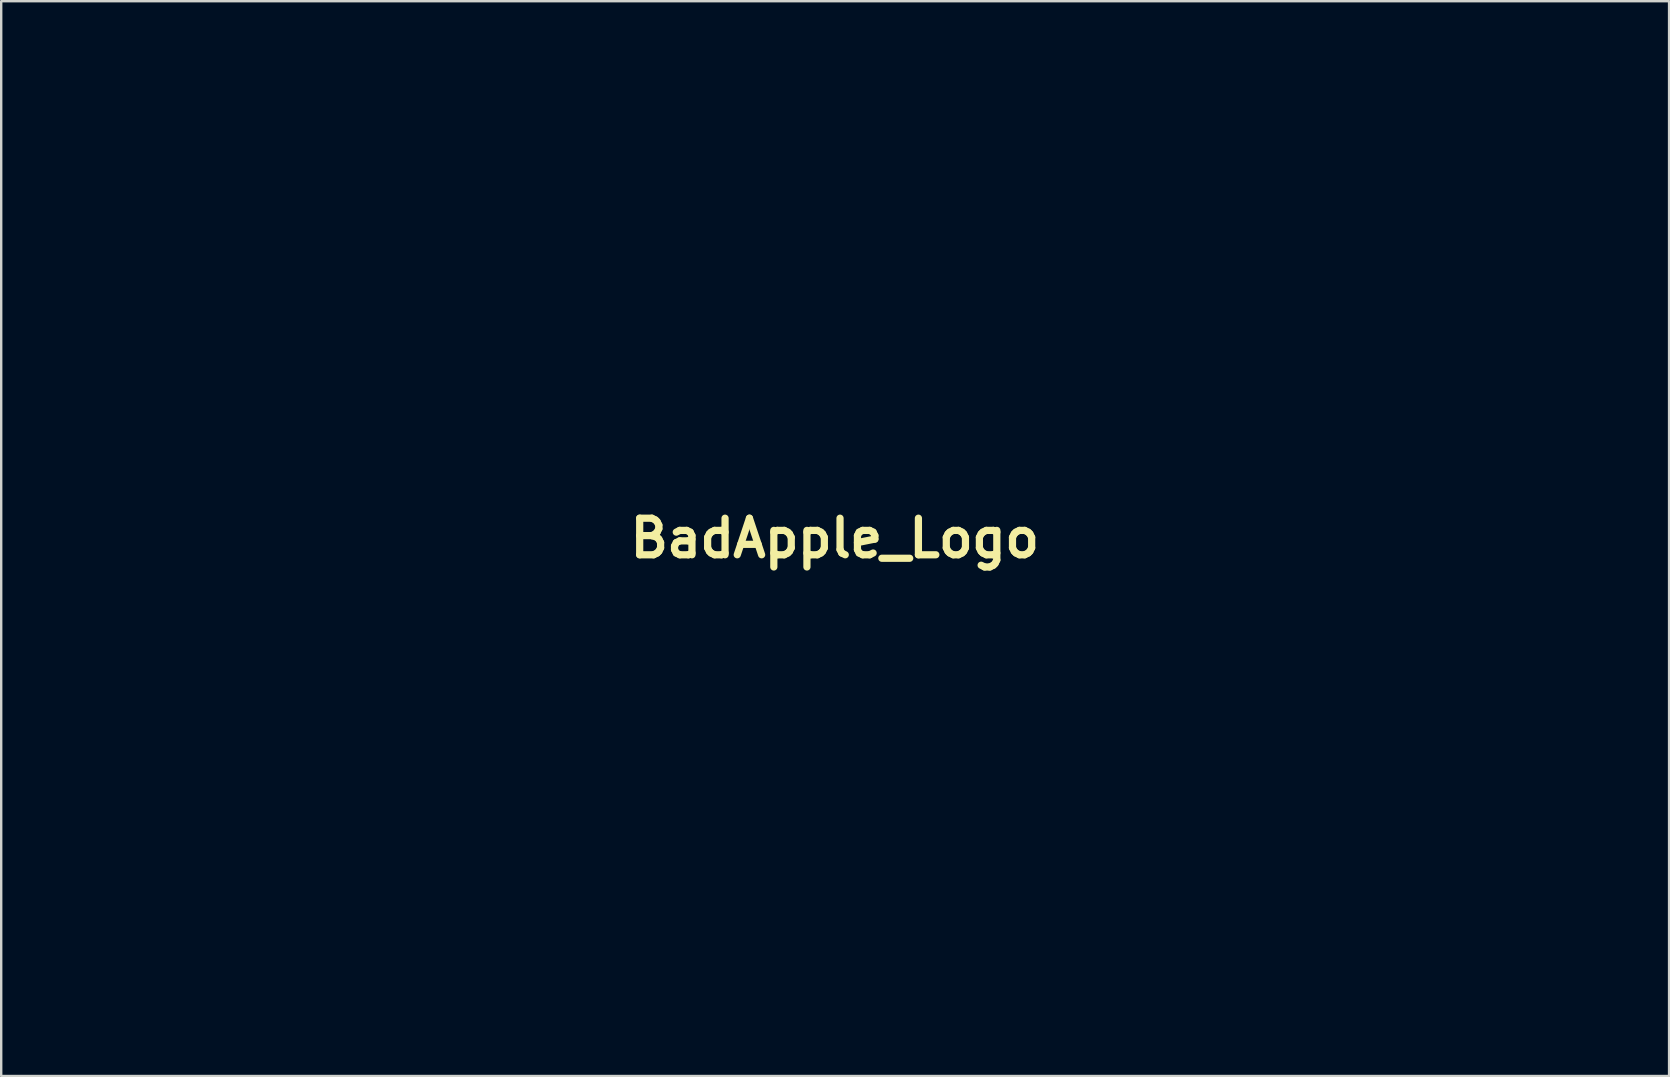
<source format=kicad_pcb>
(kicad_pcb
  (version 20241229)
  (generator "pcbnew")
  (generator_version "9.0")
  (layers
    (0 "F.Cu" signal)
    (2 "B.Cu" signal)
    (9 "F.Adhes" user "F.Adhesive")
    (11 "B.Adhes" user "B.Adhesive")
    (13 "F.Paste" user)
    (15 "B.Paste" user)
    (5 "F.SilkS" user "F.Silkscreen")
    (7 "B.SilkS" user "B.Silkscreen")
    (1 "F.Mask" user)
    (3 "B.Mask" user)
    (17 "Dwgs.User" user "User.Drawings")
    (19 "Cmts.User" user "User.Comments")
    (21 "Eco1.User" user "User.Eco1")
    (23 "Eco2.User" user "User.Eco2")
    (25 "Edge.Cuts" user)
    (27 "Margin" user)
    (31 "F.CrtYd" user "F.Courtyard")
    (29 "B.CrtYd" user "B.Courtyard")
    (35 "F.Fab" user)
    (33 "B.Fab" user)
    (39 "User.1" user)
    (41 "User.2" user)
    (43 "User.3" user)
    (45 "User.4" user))
  (footprint "BadApple_Logo"
    (layer "F.Cu")
    (at 31.727 19.372)
    (property "Reference" "BadApple_Logo" (at 0 0 0) (layer "F.SilkS") (effects (font (size 1.524 1.524) (thickness 0.3))))
    (attr through_hole)
    (fp_poly (pts (xy 31.115 5.08) (xy 26.352 5.08) (xy 26.352 3.175) (xy 31.115 3.175) (xy 31.115 5.08)) (stroke (width 0.01) (type solid)) (fill yes) (layer "F.Mask"))
    (fp_poly (pts (xy 16.42 9.926) (xy 16.473 10.865) (xy 16.416 11.514) (xy 16.342 11.642) (xy 16.294 11.226) (xy 16.283 10.636) (xy 16.307 9.916) (xy 16.364 9.705) (xy 16.42 9.926)) (stroke (width 0.01) (type solid)) (fill yes) (layer "F.Mask"))
    (fp_poly (pts (xy 13.729 10.11) (xy 13.895 10.408) (xy 13.557 10.477) (xy 13.128 10.701) (xy 13.031 11.191) (xy 13.263 11.672) (xy 13.573 11.846) (xy 13.891 11.962) (xy 13.605 12.02) (xy 13.467 12.028) (xy 12.833 11.967) (xy 12.594 11.853) (xy 12.385 11.258) (xy 12.565 10.536) (xy 12.872 10.149) (xy 13.381 9.91) (xy 13.729 10.11)) (stroke (width 0.01) (type solid)) (fill yes) (layer "F.Mask"))
    (fp_poly (pts (xy 17.939 6.826) (xy 20.896 6.918) (xy 23.852 7.009) (xy 23.753 7.87) (xy 23.654 8.731) (xy 20.32 8.791) (xy 18.899 8.8) (xy 17.697 8.78) (xy 16.869 8.732) (xy 16.589 8.685) (xy 16.42 8.421) (xy 16.302 7.748) (xy 16.229 6.602) (xy 16.196 4.917) (xy 16.192 3.942) (xy 16.192 -0.635) (xy 17.76 -0.635) (xy 17.939 6.826)) (stroke (width 0.01) (type solid)) (fill yes) (layer "F.Mask"))
    (fp_poly (pts (xy 18.318 10.429) (xy 18.367 11.211) (xy 18.329 11.857) (xy 18.28 11.896) (xy 18.188 11.352) (xy 18.188 11.351) (xy 17.968 10.665) (xy 17.689 10.511) (xy 17.49 10.905) (xy 17.462 11.271) (xy 17.354 11.868) (xy 17.145 12.065) (xy 16.919 11.79) (xy 16.828 11.146) (xy 16.996 10.37) (xy 17.332 10.034) (xy 17.986 9.971) (xy 18.318 10.429)) (stroke (width 0.01) (type solid)) (fill yes) (layer "F.Mask"))
    (fp_poly (pts (xy 14.605 9.684) (xy 14.823 10.072) (xy 14.9 10.042) (xy 15.113 9.98) (xy 15.399 10.16) (xy 15.725 10.663) (xy 15.866 11.319) (xy 15.801 11.87) (xy 15.557 12.065) (xy 15.319 11.793) (xy 15.24 11.271) (xy 15.123 10.622) (xy 14.863 10.528) (xy 14.599 10.972) (xy 14.515 11.351) (xy 14.439 11.569) (xy 14.38 11.223) (xy 14.357 10.636) (xy 14.371 9.757) (xy 14.457 9.469) (xy 14.605 9.684)) (stroke (width 0.01) (type solid)) (fill yes) (layer "F.Mask"))
    (fp_poly (pts (xy 31.75 1.27) (xy 26.01 1.27) (xy 26.102 4.048) (xy 26.194 6.826) (xy 31.75 7.01) (xy 31.75 8.89) (xy 29.131 8.87) (xy 27.816 8.827) (xy 26.677 8.732) (xy 25.919 8.604) (xy 25.818 8.57) (xy 25.258 8.248) (xy 24.871 7.743) (xy 24.632 6.951) (xy 24.517 5.773) (xy 24.501 4.106) (xy 24.517 3.256) (xy 24.606 -0.476) (xy 28.178 -0.566) (xy 31.75 -0.656) (xy 31.75 1.27)) (stroke (width 0.01) (type solid)) (fill yes) (layer "F.Mask"))
    (fp_poly (pts (xy 29.051 9.713) (xy 29.713 10.454) (xy 29.845 11.149) (xy 29.751 11.813) (xy 29.359 12.048) (xy 29.051 12.065) (xy 28.562 12.006) (xy 28.33 11.717) (xy 28.269 11.113) (xy 28.892 11.113) (xy 28.957 11.617) (xy 29.196 11.566) (xy 29.273 11.493) (xy 29.491 11.061) (xy 29.273 10.732) (xy 28.989 10.575) (xy 28.895 10.96) (xy 28.892 11.113) (xy 28.269 11.113) (xy 28.261 11.026) (xy 28.258 10.629) (xy 28.258 9.193) (xy 29.051 9.713)) (stroke (width 0.01) (type solid)) (fill yes) (layer "F.Mask"))
    (fp_poly (pts (xy 20.079 10.159) (xy 20.185 10.298) (xy 20.468 10.963) (xy 20.191 11.363) (xy 19.746 11.452) (xy 19.426 11.505) (xy 19.688 11.661) (xy 19.823 11.715) (xy 20.188 11.975) (xy 20.133 12.143) (xy 19.636 12.161) (xy 19.281 12.023) (xy 18.806 11.457) (xy 18.822 10.723) (xy 18.921 10.583) (xy 19.473 10.583) (xy 19.517 10.772) (xy 19.685 10.795) (xy 19.946 10.679) (xy 19.897 10.583) (xy 19.52 10.545) (xy 19.473 10.583) (xy 18.921 10.583) (xy 19.243 10.131) (xy 19.697 9.888) (xy 20.079 10.159)) (stroke (width 0.01) (type solid)) (fill yes) (layer "F.Mask"))
    (fp_poly (pts (xy 22.751 9.346) (xy 22.951 9.489) (xy 23.094 9.776) (xy 22.762 9.842) (xy 22.404 9.921) (xy 22.493 10.27) (xy 22.618 10.481) (xy 22.953 10.85) (xy 23.124 10.798) (xy 23.373 10.468) (xy 23.613 10.647) (xy 23.701 11.226) (xy 23.7 11.249) (xy 23.413 11.879) (xy 22.813 12.199) (xy 22.16 12.114) (xy 21.908 11.907) (xy 21.77 11.411) (xy 22.225 11.411) (xy 22.455 11.735) (xy 22.543 11.748) (xy 22.852 11.639) (xy 22.86 11.607) (xy 22.638 11.336) (xy 22.543 11.271) (xy 22.25 11.296) (xy 22.225 11.411) (xy 21.77 11.411) (xy 21.749 11.336) (xy 21.799 10.504) (xy 22.013 9.721) (xy 22.294 9.324) (xy 22.751 9.346)) (stroke (width 0.01) (type solid)) (fill yes) (layer "F.Mask"))
    (fp_poly (pts (xy 12.39 -0.565) (xy 13.487 -0.348) (xy 13.875 -0.158) (xy 14.614 0.712) (xy 15.032 1.929) (xy 15.119 3.286) (xy 14.864 4.576) (xy 14.254 5.591) (xy 14.186 5.658) (xy 13.617 6.037) (xy 12.804 6.26) (xy 11.57 6.371) (xy 11.271 6.383) (xy 9.049 6.462) (xy 9.049 5.533) (xy 9.077 5.032) (xy 9.259 4.74) (xy 9.736 4.582) (xy 10.653 4.481) (xy 11.113 4.445) (xy 13.176 4.286) (xy 13.176 1.429) (xy 8.572 1.242) (xy 8.572 8.89) (xy 6.985 8.89) (xy 6.985 4.763) (xy 7.002 2.797) (xy 7.094 1.378) (xy 7.323 0.415) (xy 7.75 -0.178) (xy 8.436 -0.492) (xy 9.444 -0.615) (xy 10.724 -0.635) (xy 12.39 -0.565)) (stroke (width 0.01) (type solid)) (fill yes) (layer "F.Mask"))
    (fp_poly (pts (xy 15.478 -10.158) (xy 17.772 -10.037) (xy 19.527 -9.657) (xy 20.792 -8.993) (xy 21.619 -8.016) (xy 22.061 -6.699) (xy 22.069 -6.65) (xy 22.032 -5.144) (xy 21.46 -3.782) (xy 20.439 -2.73) (xy 19.979 -2.461) (xy 19.016 -2.144) (xy 17.606 -1.878) (xy 15.936 -1.7) (xy 15.931 -1.699) (xy 13.018 -1.492) (xy 13.018 -8.89) (xy 14.605 -8.89) (xy 14.605 -2.771) (xy 16.738 -2.942) (xy 17.964 -3.078) (xy 18.754 -3.292) (xy 19.307 -3.654) (xy 19.595 -3.955) (xy 20.159 -5.037) (xy 20.33 -6.348) (xy 20.123 -7.447) (xy 19.552 -8.111) (xy 18.492 -8.6) (xy 17.078 -8.861) (xy 16.367 -8.89) (xy 14.605 -8.89) (xy 13.018 -8.89) (xy 13.018 -10.16) (xy 15.478 -10.158)) (stroke (width 0.01) (type solid)) (fill yes) (layer "F.Mask"))
    (fp_poly (pts (xy 26.233 9.34) (xy 26.352 9.525) (xy 26.095 9.807) (xy 25.876 9.842) (xy 25.454 10.014) (xy 25.4 10.16) (xy 25.629 10.442) (xy 26.13 10.411) (xy 26.553 10.15) (xy 27.104 9.927) (xy 27.614 10.203) (xy 27.915 10.857) (xy 27.94 11.146) (xy 27.847 11.811) (xy 27.457 12.047) (xy 27.146 12.065) (xy 26.524 11.916) (xy 26.352 11.43) (xy 26.988 11.43) (xy 27.104 11.691) (xy 27.199 11.642) (xy 27.237 11.265) (xy 27.199 11.218) (xy 27.01 11.262) (xy 26.988 11.43) (xy 26.352 11.43) (xy 26.173 10.908) (xy 25.785 10.834) (xy 25.414 11.19) (xy 25.307 11.509) (xy 25.222 11.649) (xy 25.153 11.243) (xy 25.126 10.719) (xy 26.49 10.719) (xy 26.802 10.77) (xy 27.214 10.712) (xy 27.219 10.603) (xy 26.794 10.527) (xy 26.61 10.578) (xy 26.49 10.719) (xy 25.126 10.719) (xy 25.126 10.716) (xy 25.134 9.796) (xy 25.27 9.348) (xy 25.597 9.211) (xy 25.718 9.207) (xy 26.233 9.34)) (stroke (width 0.01) (type solid)) (fill yes) (layer "F.Mask"))
    (fp_poly (pts (xy 7.096 -10.12) (xy 7.428 -9.943) (xy 7.785 -9.543) (xy 8.23 -8.833) (xy 8.824 -7.728) (xy 9.629 -6.142) (xy 9.681 -6.037) (xy 10.414 -4.565) (xy 11.032 -3.302) (xy 11.485 -2.353) (xy 11.724 -1.823) (xy 11.748 -1.751) (xy 11.475 -1.628) (xy 10.949 -1.587) (xy 10.293 -1.766) (xy 9.776 -2.394) (xy 9.62 -2.699) (xy 9.09 -3.81) (xy 4.563 -3.81) (xy 4.033 -2.699) (xy 3.526 -1.905) (xy 2.93 -1.603) (xy 2.704 -1.587) (xy 2.102 -1.669) (xy 1.9 -1.826) (xy 2.03 -2.182) (xy 2.392 -2.999) (xy 2.934 -4.167) (xy 3.37 -5.08) (xy 5.064 -5.08) (xy 6.659 -5.08) (xy 7.74 -5.153) (xy 8.215 -5.375) (xy 8.241 -5.477) (xy 8.093 -5.972) (xy 7.731 -6.792) (xy 7.474 -7.303) (xy 6.722 -8.731) (xy 6.384 -7.856) (xy 5.981 -6.915) (xy 5.555 -6.03) (xy 5.064 -5.08) (xy 3.37 -5.08) (xy 3.608 -5.577) (xy 3.867 -6.112) (xy 4.656 -7.713) (xy 5.238 -8.828) (xy 5.674 -9.542) (xy 6.026 -9.944) (xy 6.357 -10.12) (xy 6.727 -10.16) (xy 6.728 -10.16) (xy 7.096 -10.12)) (stroke (width 0.01) (type solid)) (fill yes) (layer "F.Mask"))
    (fp_poly (pts (xy 8.597 9.464) (xy 8.876 9.901) (xy 9.175 10.636) (xy 9.39 9.909) (xy 9.711 9.369) (xy 10.094 9.4) (xy 10.415 9.967) (xy 10.477 10.222) (xy 10.687 10.784) (xy 11.094 10.835) (xy 11.271 10.773) (xy 11.717 10.578) (xy 11.576 10.513) (xy 11.287 10.5) (xy 10.882 10.396) (xy 11.021 10.124) (xy 11.513 9.913) (xy 11.895 10.241) (xy 12.064 11.012) (xy 12.065 11.097) (xy 11.907 11.775) (xy 11.54 12.203) (xy 11.127 12.238) (xy 10.954 12.065) (xy 10.548 11.904) (xy 10.309 11.954) (xy 9.917 11.89) (xy 9.838 11.543) (xy 9.822 11.43) (xy 11.113 11.43) (xy 11.221 11.739) (xy 11.253 11.748) (xy 11.524 11.525) (xy 11.589 11.43) (xy 11.564 11.137) (xy 11.449 11.113) (xy 11.125 11.343) (xy 11.113 11.43) (xy 9.822 11.43) (xy 9.785 11.154) (xy 9.568 11.359) (xy 9.52 11.43) (xy 9.221 11.747) (xy 8.937 11.494) (xy 8.895 11.43) (xy 8.645 11.138) (xy 8.578 11.435) (xy 8.577 11.509) (xy 8.423 11.981) (xy 8.255 12.065) (xy 8.051 11.793) (xy 7.954 11.14) (xy 7.963 10.351) (xy 8.079 9.672) (xy 8.258 9.365) (xy 8.597 9.464)) (stroke (width 0.01) (type solid)) (fill yes) (layer "F.Mask"))
    (fp_poly (pts (xy -7 -19.102) (xy -5.958 -18.387) (xy -5.312 -17.348) (xy -5.148 -16.109) (xy -5.402 -15.105) (xy -5.652 -14.25) (xy -5.86 -13.063) (xy -5.954 -12.144) (xy -6.087 -10.16) (xy -3.821 -10.16) (xy -2.015 -10.025) (xy -0.664 -9.642) (xy 0.192 -9.042) (xy 0.513 -8.259) (xy 0.261 -7.323) (xy 0.04 -6.979) (xy -0.337 -6.401) (xy -0.297 -6.044) (xy 0.194 -5.623) (xy 0.204 -5.615) (xy 0.755 -4.958) (xy 0.953 -4.307) (xy 0.661 -3.25) (xy -0.184 -2.434) (xy -1.543 -1.882) (xy -3.373 -1.616) (xy -4.075 -1.595) (xy -5.451 -1.587) (xy -4.151 -0.11) (xy -3.395 0.856) (xy -2.803 1.806) (xy -2.565 2.351) (xy -2.28 3.334) (xy -2.251 2.186) (xy -2.034 1.11) (xy -1.564 0.202) (xy -1.172 -0.23) (xy -0.723 -0.481) (xy -0.042 -0.599) (xy 1.045 -0.634) (xy 1.473 -0.635) (xy 2.719 -0.593) (xy 3.777 -0.481) (xy 4.431 -0.324) (xy 4.463 -0.308) (xy 5.284 0.462) (xy 5.791 1.605) (xy 5.963 2.932) (xy 5.781 4.254) (xy 5.227 5.382) (xy 5.061 5.576) (xy 4.606 5.983) (xy 4.074 6.217) (xy 3.282 6.324) (xy 2.045 6.35) (xy 1.987 6.35) (xy -0.36 6.35) (xy -0.259 5.477) (xy -0.164 5.001) (xy 0.085 4.723) (xy 0.639 4.567) (xy 1.65 4.463) (xy 1.875 4.445) (xy 3.199 4.255) (xy 3.972 3.891) (xy 4.269 3.278) (xy 4.166 2.342) (xy 4.136 2.225) (xy 3.981 1.806) (xy 3.696 1.567) (xy 3.126 1.459) (xy 2.12 1.43) (xy 1.723 1.429) (xy -0.476 1.429) (xy -0.624 6.826) (xy 3.321 9.842) (xy 5.008 11.105) (xy 6.307 12.008) (xy 7.308 12.606) (xy 8.104 12.955) (xy 8.634 13.089) (xy 10.038 13.58) (xy 10.971 14.482) (xy 11.403 15.759) (xy 11.43 16.235) (xy 11.164 17.556) (xy 10.459 18.559) (xy 9.451 19.191) (xy 8.277 19.399) (xy 7.074 19.13) (xy 5.984 18.336) (xy 5.282 17.579) (xy 4.692 16.955) (xy 4.57 16.828) (xy 4.142 16.523) (xy 3.4 16.073) (xy 6.379 16.073) (xy 6.542 17.018) (xy 6.875 17.517) (xy 7.678 17.989) (xy 8.667 18.055) (xy 9.54 17.705) (xy 9.661 17.599) (xy 10.099 16.787) (xy 10.093 15.855) (xy 9.715 15.001) (xy 9.038 14.422) (xy 8.435 14.287) (xy 7.406 14.541) (xy 6.694 15.192) (xy 6.379 16.073) (xy 3.4 16.073) (xy 3.257 15.987) (xy 2.018 15.278) (xy 0.532 14.459) (xy -0.566 13.869) (xy -2.264 12.966) (xy -3.527 12.316) (xy -4.487 11.889) (xy -5.279 11.655) (xy -6.035 11.582) (xy -6.887 11.641) (xy -7.968 11.8) (xy -8.892 11.948) (xy -10.127 11.969) (xy -11.625 11.645) (xy -12.178 11.469) (xy -12.863 11.232) (xy -13.414 11.065) (xy -13.923 10.987) (xy -14.485 11.017) (xy -15.191 11.177) (xy -16.135 11.486) (xy -17.412 11.963) (xy -19.112 12.629) (xy -20.875 13.325) (xy -22.902 14.16) (xy -24.366 14.854) (xy -25.319 15.432) (xy -25.744 15.825) (xy -26.844 16.841) (xy -28.073 17.357) (xy -29.304 17.374) (xy -30.407 16.89) (xy -31.256 15.907) (xy -31.298 15.829) (xy -31.722 14.429) (xy -31.644 13.713) (xy -30.43 13.713) (xy -30.398 14.649) (xy -29.968 15.497) (xy -29.22 16.064) (xy -28.575 16.192) (xy -27.952 16.019) (xy -27.376 15.698) (xy -26.802 14.943) (xy -26.697 13.926) (xy -26.999 12.997) (xy -27.557 12.546) (xy -28.425 12.38) (xy -29.34 12.51) (xy -29.981 12.881) (xy -30.43 13.713) (xy -31.644 13.713) (xy -31.58 13.124) (xy -30.966 12.06) (xy -25.982 12.06) (xy -25.854 12.765) (xy -25.547 13.143) (xy -25.239 13.371) (xy -24.833 13.424) (xy -24.177 13.284) (xy -23.121 12.932) (xy -22.769 12.806) (xy -21.34 12.272) (xy -19.862 11.688) (xy -18.743 11.217) (xy -17.769 10.744) (xy -17.039 10.308) (xy -16.764 10.068) (xy -16.526 9.184) (xy -16.766 8.29) (xy -17.371 7.593) (xy -18.229 7.303) (xy -18.258 7.303) (xy -18.774 7.461) (xy -19.687 7.884) (xy -20.856 8.493) (xy -22.144 9.211) (xy -23.411 9.959) (xy -24.519 10.66) (xy -25.329 11.236) (xy -25.479 11.36) (xy -25.982 12.06) (xy -30.966 12.06) (xy -30.942 12.018) (xy -29.875 11.215) (xy -28.451 10.819) (xy -27.966 10.795) (xy -27.31 10.649) (xy -26.275 10.198) (xy -24.82 9.421) (xy -22.904 8.297) (xy -22.182 7.858) (xy -20.379 6.74) (xy -19.046 5.867) (xy -18.104 5.166) (xy -17.474 4.566) (xy -17.076 3.993) (xy -17.035 3.89) (xy -15.13 3.89) (xy -15.088 5.447) (xy -14.548 7.021) (xy -13.614 8.425) (xy -12.389 9.471) (xy -11.922 9.713) (xy -10.495 10.076) (xy -8.885 10.097) (xy -8.62 10.039) (xy -3.14 10.039) (xy -3.005 10.626) (xy -2.565 11.198) (xy -1.747 11.833) (xy -0.478 12.606) (xy 0.72 13.272) (xy 2.096 14.007) (xy 3.287 14.617) (xy 4.174 15.042) (xy 4.639 15.224) (xy 4.66 15.227) (xy 5.168 15.032) (xy 5.534 14.741) (xy 5.956 14.174) (xy 5.907 13.652) (xy 5.355 12.997) (xy 5.217 12.867) (xy 4.328 12.088) (xy 3.276 11.232) (xy 2.169 10.38) (xy 1.115 9.611) (xy 0.225 9.003) (xy -0.395 8.636) (xy -0.635 8.59) (xy -0.635 8.594) (xy -0.904 8.834) (xy -1.724 8.796) (xy -1.745 8.793) (xy -2.509 8.727) (xy -2.88 8.928) (xy -3.044 9.363) (xy -3.14 10.039) (xy -8.62 10.039) (xy -7.418 9.779) (xy -7.151 9.666) (xy -6.199 9.087) (xy -5.381 8.396) (xy -4.652 7.62) (xy -5.342 7.62) (xy -5.842 7.491) (xy -6.021 6.987) (xy -6.023 6.936) (xy -1.905 6.936) (xy -1.816 7.655) (xy -1.478 7.921) (xy -1.27 7.938) (xy -0.755 7.759) (xy -0.635 7.51) (xy -0.853 6.992) (xy -1.27 6.509) (xy -1.708 6.153) (xy -1.877 6.256) (xy -1.905 6.905) (xy -1.905 6.936) (xy -6.023 6.936) (xy -6.032 6.668) (xy -6.032 5.715) (xy -10.795 5.715) (xy -10.795 6.668) (xy -10.874 7.342) (xy -11.245 7.591) (xy -11.748 7.62) (xy -12.7 7.62) (xy -12.7 5.159) (xy -12.674 4.763) (xy -4.388 4.763) (xy -4.378 5.816) (xy -4.336 6.297) (xy -4.245 6.265) (xy -4.09 5.794) (xy -3.968 4.383) (xy -4.09 3.731) (xy -4.247 3.255) (xy -4.337 3.232) (xy -4.378 3.722) (xy -4.388 4.763) (xy -12.674 4.763) (xy -12.568 3.156) (xy -10.795 3.156) (xy -10.767 3.581) (xy -10.593 3.836) (xy -10.14 3.972) (xy -9.274 4.041) (xy -8.414 4.074) (xy -6.032 4.157) (xy -6.032 1.27) (xy -7.833 1.27) (xy -9.323 1.414) (xy -10.279 1.863) (xy -10.74 2.64) (xy -10.795 3.156) (xy -12.568 3.156) (xy -12.567 3.14) (xy -12.154 1.637) (xy -11.432 0.585) (xy -10.564 0) (xy -10.004 -0.318) (xy -6.495 -0.318) (xy -5.708 0.457) (xy -5.108 1.035) (xy -4.837 1.179) (xy -4.765 0.892) (xy -4.763 0.476) (xy -4.879 -0.11) (xy -5.357 -0.308) (xy -5.629 -0.318) (xy -6.495 -0.318) (xy -10.004 -0.318) (xy -9.807 -0.429) (xy -9.562 -0.733) (xy -9.841 -0.844) (xy -10.398 -0.76) (xy -12.286 -0.048) (xy -13.751 1.076) (xy -14.736 2.557) (xy -15.13 3.89) (xy -17.035 3.89) (xy -16.831 3.375) (xy -16.703 2.857) (xy -16.266 1.743) (xy -15.475 0.495) (xy -14.498 -0.65) (xy -13.786 -1.27) (xy -13.364 -1.581) (xy -13.04 -1.874) (xy -12.788 -2.241) (xy -12.578 -2.773) (xy -12.385 -3.562) (xy -12.178 -4.7) (xy -12.072 -5.38) (xy -10.795 -5.38) (xy -10.632 -4.158) (xy -10.116 -3.439) (xy -9.213 -3.178) (xy -9.076 -3.175) (xy -8.229 -3.307) (xy -7.64 -3.628) (xy -7.626 -3.644) (xy -7.474 -4.145) (xy -7.365 -5.129) (xy -7.336 -5.715) (xy -5.08 -5.715) (xy -5.08 -2.857) (xy -3.63 -2.857) (xy -2.603 -2.928) (xy -1.762 -3.105) (xy -1.567 -3.186) (xy -1.072 -3.755) (xy -0.953 -4.286) (xy -1.198 -5.048) (xy -1.955 -5.517) (xy -3.255 -5.708) (xy -3.63 -5.715) (xy -5.08 -5.715) (xy -7.336 -5.715) (xy -7.3 -6.444) (xy -7.279 -7.795) (xy -5.08 -7.795) (xy -5.033 -7.044) (xy -4.775 -6.741) (xy -4.129 -6.697) (xy -4.048 -6.699) (xy -3.038 -6.793) (xy -2.223 -6.952) (xy -1.586 -7.336) (xy -1.429 -7.952) (xy -1.479 -8.394) (xy -1.731 -8.641) (xy -2.337 -8.764) (xy -3.254 -8.826) (xy -5.08 -8.922) (xy -5.08 -7.795) (xy -7.279 -7.795) (xy -7.277 -7.937) (xy -7.298 -9.459) (xy -7.361 -10.857) (xy -7.466 -11.98) (xy -7.613 -12.677) (xy -7.644 -12.745) (xy -8.212 -13.244) (xy -8.946 -13.273) (xy -9.466 -12.93) (xy -9.655 -12.453) (xy -9.892 -11.507) (xy -10.147 -10.251) (xy -10.393 -8.846) (xy -10.602 -7.452) (xy -10.745 -6.23) (xy -10.795 -5.38) (xy -12.072 -5.38) (xy -11.932 -6.278) (xy -11.619 -8.389) (xy -11.604 -8.486) (xy -11.323 -10.421) (xy -11.136 -11.843) (xy -11.04 -12.864) (xy -11.03 -13.599) (xy -11.1 -14.16) (xy -11.246 -14.661) (xy -11.334 -14.894) (xy -11.623 -16.32) (xy -10.319 -16.32) (xy -9.967 -15.329) (xy -9.825 -15.131) (xy -8.96 -14.441) (xy -7.996 -14.344) (xy -7.062 -14.849) (xy -6.985 -14.922) (xy -6.455 -15.813) (xy -6.456 -16.734) (xy -6.917 -17.522) (xy -7.765 -18.013) (xy -8.393 -18.098) (xy -9.461 -17.851) (xy -10.126 -17.21) (xy -10.319 -16.32) (xy -11.623 -16.32) (xy -11.629 -16.351) (xy -11.37 -17.624) (xy -10.622 -18.615) (xy -9.45 -19.223) (xy -8.353 -19.367) (xy -7 -19.102)) (stroke (width 0.01) (type solid)) (fill yes) (layer "F.Mask")))
  (gr_rect
    (start -3 -3)
    (end 66.482 41.776)
    (stroke (width 0.1) (type default))
    (fill no)
    (layer "Edge.Cuts")))
</source>
